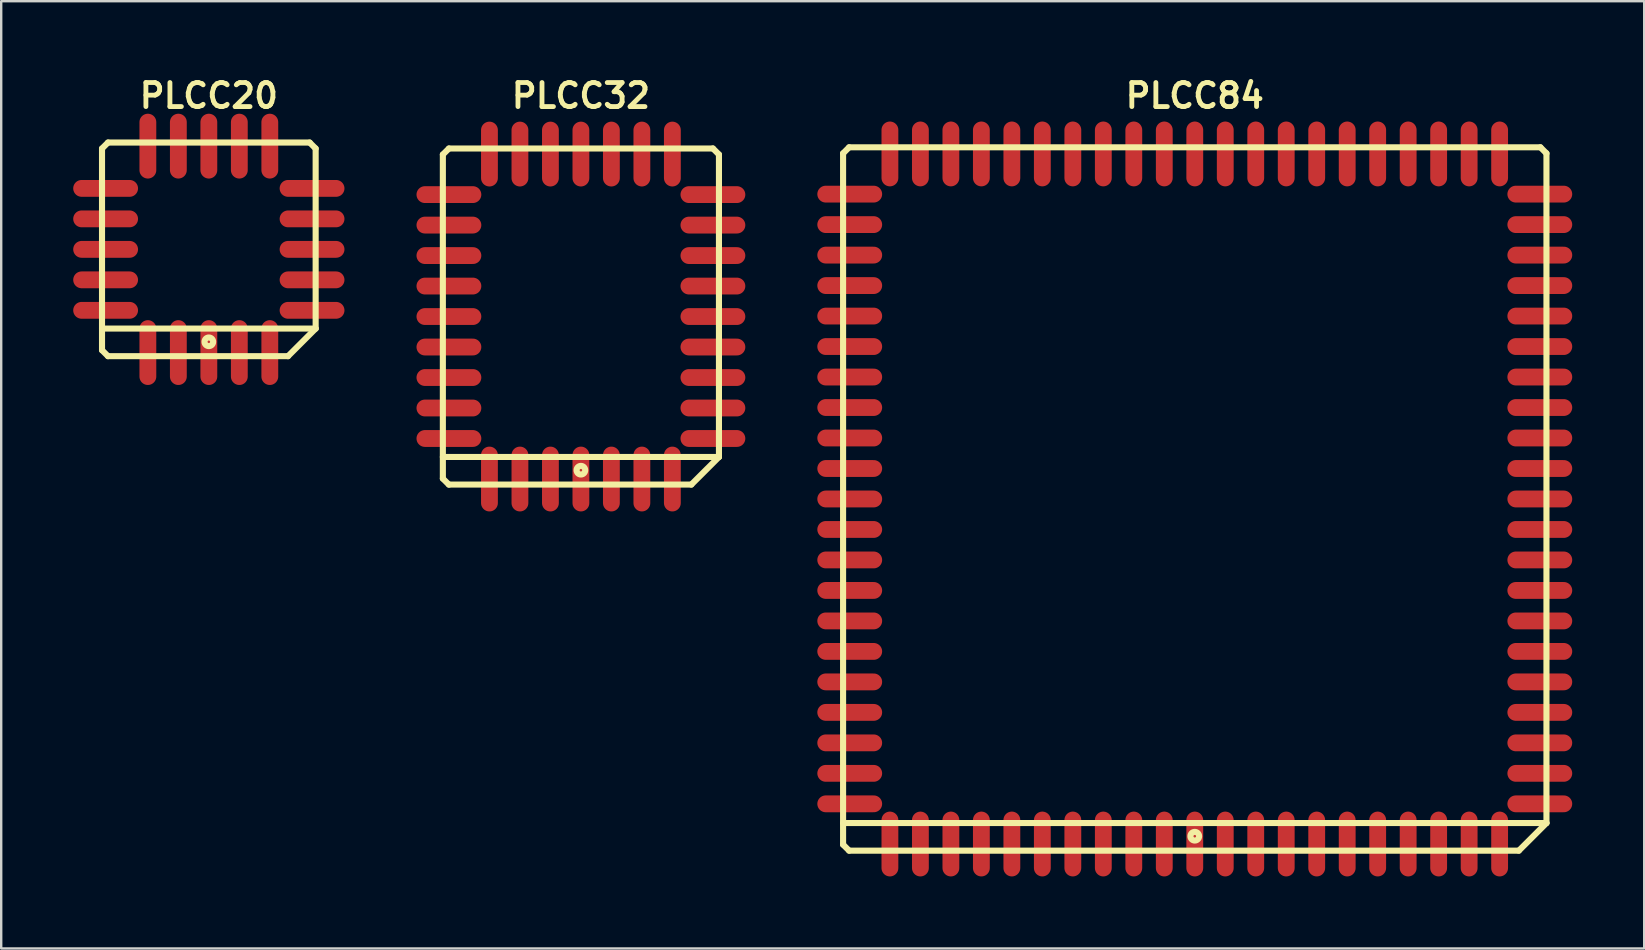
<source format=kicad_pcb>
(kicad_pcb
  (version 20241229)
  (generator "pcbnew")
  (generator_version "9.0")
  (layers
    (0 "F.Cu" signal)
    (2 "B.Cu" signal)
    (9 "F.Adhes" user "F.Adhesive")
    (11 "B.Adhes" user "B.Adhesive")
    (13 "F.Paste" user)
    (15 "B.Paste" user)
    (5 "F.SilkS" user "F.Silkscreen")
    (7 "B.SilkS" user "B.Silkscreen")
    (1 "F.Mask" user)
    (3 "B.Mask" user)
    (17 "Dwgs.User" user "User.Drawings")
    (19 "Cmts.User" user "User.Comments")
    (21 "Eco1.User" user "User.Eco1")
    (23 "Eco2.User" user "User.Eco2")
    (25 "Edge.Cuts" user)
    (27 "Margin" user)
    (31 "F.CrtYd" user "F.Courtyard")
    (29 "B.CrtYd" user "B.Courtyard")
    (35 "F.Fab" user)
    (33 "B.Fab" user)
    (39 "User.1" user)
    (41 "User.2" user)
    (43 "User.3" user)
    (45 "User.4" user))
  (footprint "PLCC32"
    (layer "F.Cu")
    (at 21.15 10.137)
    (property "Reference" "PLCC32" (at 0 -9.2 0) (layer "F.SilkS") (effects (font (size 1.001 1.001) (thickness 0.201))))
    (attr through_hole)
    (fp_line (start -5.751 -6.749) (end -5.751 6.749) (stroke (width 0.254) (type solid)) (layer "F.SilkS"))
    (fp_line (start -5.751 -6.749) (end -5.499 -7) (stroke (width 0.254) (type solid)) (layer "F.SilkS"))
    (fp_line (start -5.499 -7) (end 5.499 -7) (stroke (width 0.254) (type solid)) (layer "F.SilkS"))
    (fp_line (start -5.499 7.003) (end -5.751 6.751) (stroke (width 0.254) (type solid)) (layer "F.SilkS"))
    (fp_line (start 4.6 7) (end -5.499 7) (stroke (width 0.254) (type solid)) (layer "F.SilkS"))
    (fp_line (start 5.499 -7.003) (end 5.751 -6.751) (stroke (width 0.254) (type solid)) (layer "F.SilkS"))
    (fp_line (start 5.751 5.85) (end -5.751 5.85) (stroke (width 0.254) (type solid)) (layer "F.SilkS"))
    (fp_line (start 5.751 5.85) (end 4.6 7) (stroke (width 0.254) (type solid)) (layer "F.SilkS"))
    (fp_line (start 5.751 5.85) (end 5.751 -6.749) (stroke (width 0.254) (type solid)) (layer "F.SilkS"))
    (fp_circle (center 0 6.401) (end -0.15 6.5) (stroke (width 0.254) (type solid)) (fill no) (layer "F.SilkS"))
    (pad "1" smd oval (at 0 6.769) (size 0.701 2.7) (layers "F.Cu" "F.Mask" "F.Paste"))
    (pad "2" smd oval (at 1.27 6.769) (size 0.701 2.7) (layers "F.Cu" "F.Mask" "F.Paste"))
    (pad "3" smd oval (at 2.54 6.769) (size 0.701 2.7) (layers "F.Cu" "F.Mask" "F.Paste"))
    (pad "4" smd oval (at 3.81 6.769) (size 0.701 2.7) (layers "F.Cu" "F.Mask" "F.Paste"))
    (pad "5" smd oval (at 5.499 5.08) (size 2.7 0.701) (layers "F.Cu" "F.Mask" "F.Paste"))
    (pad "6" smd oval (at 5.499 3.81) (size 2.7 0.701) (layers "F.Cu" "F.Mask" "F.Paste"))
    (pad "7" smd oval (at 5.499 2.54) (size 2.7 0.701) (layers "F.Cu" "F.Mask" "F.Paste"))
    (pad "8" smd oval (at 5.499 1.27) (size 2.7 0.701) (layers "F.Cu" "F.Mask" "F.Paste"))
    (pad "9" smd oval (at 5.499 0) (size 2.7 0.701) (layers "F.Cu" "F.Mask" "F.Paste"))
    (pad "10" smd oval (at 5.499 -1.27) (size 2.7 0.701) (layers "F.Cu" "F.Mask" "F.Paste"))
    (pad "11" smd oval (at 5.499 -2.54) (size 2.7 0.701) (layers "F.Cu" "F.Mask" "F.Paste"))
    (pad "12" smd oval (at 5.499 -3.81) (size 2.7 0.701) (layers "F.Cu" "F.Mask" "F.Paste"))
    (pad "13" smd oval (at 5.499 -5.08) (size 2.7 0.701) (layers "F.Cu" "F.Mask" "F.Paste"))
    (pad "14" smd oval (at 3.81 -6.769) (size 0.701 2.7) (layers "F.Cu" "F.Mask" "F.Paste"))
    (pad "15" smd oval (at 2.54 -6.769) (size 0.701 2.7) (layers "F.Cu" "F.Mask" "F.Paste"))
    (pad "16" smd oval (at 1.27 -6.769) (size 0.701 2.7) (layers "F.Cu" "F.Mask" "F.Paste"))
    (pad "17" smd oval (at 0 -6.769) (size 0.701 2.7) (layers "F.Cu" "F.Mask" "F.Paste"))
    (pad "18" smd oval (at -1.27 -6.769) (size 0.701 2.7) (layers "F.Cu" "F.Mask" "F.Paste"))
    (pad "19" smd oval (at -2.54 -6.769) (size 0.701 2.7) (layers "F.Cu" "F.Mask" "F.Paste"))
    (pad "20" smd oval (at -3.81 -6.769) (size 0.701 2.7) (layers "F.Cu" "F.Mask" "F.Paste"))
    (pad "21" smd oval (at -5.499 -5.08) (size 2.7 0.701) (layers "F.Cu" "F.Mask" "F.Paste"))
    (pad "22" smd oval (at -5.499 -3.81) (size 2.7 0.701) (layers "F.Cu" "F.Mask" "F.Paste"))
    (pad "23" smd oval (at -5.499 -2.54) (size 2.7 0.701) (layers "F.Cu" "F.Mask" "F.Paste"))
    (pad "24" smd oval (at -5.499 -1.27) (size 2.7 0.701) (layers "F.Cu" "F.Mask" "F.Paste"))
    (pad "25" smd oval (at -5.499 0) (size 2.7 0.701) (layers "F.Cu" "F.Mask" "F.Paste"))
    (pad "26" smd oval (at -5.499 1.27) (size 2.7 0.701) (layers "F.Cu" "F.Mask" "F.Paste"))
    (pad "27" smd oval (at -5.499 2.54) (size 2.7 0.701) (layers "F.Cu" "F.Mask" "F.Paste"))
    (pad "28" smd oval (at -5.499 3.81) (size 2.7 0.701) (layers "F.Cu" "F.Mask" "F.Paste"))
    (pad "29" smd oval (at -5.499 5.08) (size 2.7 0.701) (layers "F.Cu" "F.Mask" "F.Paste"))
    (pad "30" smd oval (at -3.81 6.769) (size 0.701 2.7) (layers "F.Cu" "F.Mask" "F.Paste"))
    (pad "31" smd oval (at -2.54 6.769) (size 0.701 2.7) (layers "F.Cu" "F.Mask" "F.Paste"))
    (pad "32" smd oval (at -1.27 6.769) (size 0.701 2.7) (layers "F.Cu" "F.Mask" "F.Paste")))
  (footprint "PLCC84"
    (layer "F.Cu")
    (at 46.723 17.737)
    (property "Reference" "PLCC84" (at 0 -16.8 0) (layer "F.SilkS") (effects (font (size 1.001 1.001) (thickness 0.201))))
    (attr through_hole)
    (fp_line (start -14.651 -14.399) (end -14.399 -14.651) (stroke (width 0.254) (type solid)) (layer "F.SilkS"))
    (fp_line (start -14.651 14.399) (end -14.651 -14.399) (stroke (width 0.254) (type solid)) (layer "F.SilkS"))
    (fp_line (start -14.399 -14.651) (end 14.399 -14.651) (stroke (width 0.254) (type solid)) (layer "F.SilkS"))
    (fp_line (start -14.399 14.651) (end -14.651 14.399) (stroke (width 0.254) (type solid)) (layer "F.SilkS"))
    (fp_line (start 13.5 14.651) (end -14.399 14.651) (stroke (width 0.254) (type solid)) (layer "F.SilkS"))
    (fp_line (start 14.399 -14.651) (end 14.651 -14.399) (stroke (width 0.254) (type solid)) (layer "F.SilkS"))
    (fp_line (start 14.651 -14.399) (end 14.651 13.5) (stroke (width 0.254) (type solid)) (layer "F.SilkS"))
    (fp_line (start 14.651 13.5) (end -14.651 13.5) (stroke (width 0.254) (type solid)) (layer "F.SilkS"))
    (fp_line (start 14.651 13.5) (end 13.5 14.651) (stroke (width 0.254) (type solid)) (layer "F.SilkS"))
    (fp_circle (center 0 14.049) (end -0.15 14.15) (stroke (width 0.254) (type solid)) (fill no) (layer "F.SilkS"))
    (pad "1" smd oval (at 0 14.374) (size 0.701 2.7) (layers "F.Cu" "F.Mask" "F.Paste"))
    (pad "2" smd oval (at 1.27 14.374) (size 0.701 2.7) (layers "F.Cu" "F.Mask" "F.Paste"))
    (pad "3" smd oval (at 2.54 14.374) (size 0.701 2.7) (layers "F.Cu" "F.Mask" "F.Paste"))
    (pad "4" smd oval (at 3.81 14.374) (size 0.701 2.7) (layers "F.Cu" "F.Mask" "F.Paste"))
    (pad "5" smd oval (at 5.08 14.374) (size 0.701 2.7) (layers "F.Cu" "F.Mask" "F.Paste"))
    (pad "6" smd oval (at 6.35 14.374) (size 0.701 2.7) (layers "F.Cu" "F.Mask" "F.Paste"))
    (pad "7" smd oval (at 7.62 14.374) (size 0.701 2.7) (layers "F.Cu" "F.Mask" "F.Paste"))
    (pad "8" smd oval (at 8.89 14.374) (size 0.701 2.7) (layers "F.Cu" "F.Mask" "F.Paste"))
    (pad "9" smd oval (at 10.16 14.374) (size 0.701 2.7) (layers "F.Cu" "F.Mask" "F.Paste"))
    (pad "10" smd oval (at 11.43 14.374) (size 0.701 2.7) (layers "F.Cu" "F.Mask" "F.Paste"))
    (pad "11" smd oval (at 12.7 14.374) (size 0.701 2.7) (layers "F.Cu" "F.Mask" "F.Paste"))
    (pad "12" smd oval (at 14.374 12.7) (size 2.7 0.701) (layers "F.Cu" "F.Mask" "F.Paste"))
    (pad "13" smd oval (at 14.374 11.43) (size 2.7 0.701) (layers "F.Cu" "F.Mask" "F.Paste"))
    (pad "14" smd oval (at 14.374 10.16) (size 2.7 0.701) (layers "F.Cu" "F.Mask" "F.Paste"))
    (pad "15" smd oval (at 14.374 8.89) (size 2.7 0.701) (layers "F.Cu" "F.Mask" "F.Paste"))
    (pad "16" smd oval (at 14.374 7.62) (size 2.7 0.701) (layers "F.Cu" "F.Mask" "F.Paste"))
    (pad "17" smd oval (at 14.374 6.35) (size 2.7 0.701) (layers "F.Cu" "F.Mask" "F.Paste"))
    (pad "18" smd oval (at 14.374 5.08) (size 2.7 0.701) (layers "F.Cu" "F.Mask" "F.Paste"))
    (pad "19" smd oval (at 14.374 3.81) (size 2.7 0.701) (layers "F.Cu" "F.Mask" "F.Paste"))
    (pad "20" smd oval (at 14.374 2.54) (size 2.7 0.701) (layers "F.Cu" "F.Mask" "F.Paste"))
    (pad "21" smd oval (at 14.374 1.27) (size 2.7 0.701) (layers "F.Cu" "F.Mask" "F.Paste"))
    (pad "22" smd oval (at 14.374 0) (size 2.7 0.701) (layers "F.Cu" "F.Mask" "F.Paste"))
    (pad "23" smd oval (at 14.374 -1.27) (size 2.7 0.701) (layers "F.Cu" "F.Mask" "F.Paste"))
    (pad "24" smd oval (at 14.374 -2.54) (size 2.7 0.701) (layers "F.Cu" "F.Mask" "F.Paste"))
    (pad "25" smd oval (at 14.374 -3.81) (size 2.7 0.701) (layers "F.Cu" "F.Mask" "F.Paste"))
    (pad "26" smd oval (at 14.374 -5.08) (size 2.7 0.701) (layers "F.Cu" "F.Mask" "F.Paste"))
    (pad "27" smd oval (at 14.374 -6.35) (size 2.7 0.701) (layers "F.Cu" "F.Mask" "F.Paste"))
    (pad "28" smd oval (at 14.374 -7.62) (size 2.7 0.701) (layers "F.Cu" "F.Mask" "F.Paste"))
    (pad "29" smd oval (at 14.374 -8.89) (size 2.7 0.701) (layers "F.Cu" "F.Mask" "F.Paste"))
    (pad "30" smd oval (at 14.374 -10.16) (size 2.7 0.701) (layers "F.Cu" "F.Mask" "F.Paste"))
    (pad "31" smd oval (at 14.374 -11.43) (size 2.7 0.701) (layers "F.Cu" "F.Mask" "F.Paste"))
    (pad "32" smd oval (at 14.374 -12.7) (size 2.7 0.701) (layers "F.Cu" "F.Mask" "F.Paste"))
    (pad "33" smd oval (at 12.7 -14.374) (size 0.701 2.7) (layers "F.Cu" "F.Mask" "F.Paste"))
    (pad "34" smd oval (at 11.43 -14.374) (size 0.701 2.7) (layers "F.Cu" "F.Mask" "F.Paste"))
    (pad "35" smd oval (at 10.16 -14.374) (size 0.701 2.7) (layers "F.Cu" "F.Mask" "F.Paste"))
    (pad "36" smd oval (at 8.89 -14.374) (size 0.701 2.7) (layers "F.Cu" "F.Mask" "F.Paste"))
    (pad "37" smd oval (at 7.62 -14.374) (size 0.701 2.7) (layers "F.Cu" "F.Mask" "F.Paste"))
    (pad "38" smd oval (at 6.35 -14.374) (size 0.701 2.7) (layers "F.Cu" "F.Mask" "F.Paste"))
    (pad "39" smd oval (at 5.08 -14.374) (size 0.701 2.7) (layers "F.Cu" "F.Mask" "F.Paste"))
    (pad "40" smd oval (at 3.81 -14.374) (size 0.701 2.7) (layers "F.Cu" "F.Mask" "F.Paste"))
    (pad "41" smd oval (at 2.54 -14.374) (size 0.701 2.7) (layers "F.Cu" "F.Mask" "F.Paste"))
    (pad "42" smd oval (at 1.27 -14.374) (size 0.701 2.7) (layers "F.Cu" "F.Mask" "F.Paste"))
    (pad "43" smd oval (at 0 -14.374) (size 0.701 2.7) (layers "F.Cu" "F.Mask" "F.Paste"))
    (pad "44" smd oval (at -1.27 -14.374) (size 0.701 2.7) (layers "F.Cu" "F.Mask" "F.Paste"))
    (pad "45" smd oval (at -2.54 -14.374) (size 0.701 2.7) (layers "F.Cu" "F.Mask" "F.Paste"))
    (pad "46" smd oval (at -3.81 -14.374) (size 0.701 2.7) (layers "F.Cu" "F.Mask" "F.Paste"))
    (pad "47" smd oval (at -5.08 -14.374) (size 0.701 2.7) (layers "F.Cu" "F.Mask" "F.Paste"))
    (pad "48" smd oval (at -6.35 -14.374) (size 0.701 2.7) (layers "F.Cu" "F.Mask" "F.Paste"))
    (pad "49" smd oval (at -7.62 -14.374) (size 0.701 2.7) (layers "F.Cu" "F.Mask" "F.Paste"))
    (pad "50" smd oval (at -8.89 -14.374) (size 0.701 2.7) (layers "F.Cu" "F.Mask" "F.Paste"))
    (pad "51" smd oval (at -10.16 -14.374) (size 0.701 2.7) (layers "F.Cu" "F.Mask" "F.Paste"))
    (pad "52" smd oval (at -11.43 -14.374) (size 0.701 2.7) (layers "F.Cu" "F.Mask" "F.Paste"))
    (pad "53" smd oval (at -12.7 -14.374) (size 0.701 2.7) (layers "F.Cu" "F.Mask" "F.Paste"))
    (pad "54" smd oval (at -14.374 -12.7) (size 2.7 0.701) (layers "F.Cu" "F.Mask" "F.Paste"))
    (pad "55" smd oval (at -14.374 -11.43) (size 2.7 0.701) (layers "F.Cu" "F.Mask" "F.Paste"))
    (pad "56" smd oval (at -14.374 -10.16) (size 2.7 0.701) (layers "F.Cu" "F.Mask" "F.Paste"))
    (pad "57" smd oval (at -14.374 -8.89) (size 2.7 0.701) (layers "F.Cu" "F.Mask" "F.Paste"))
    (pad "58" smd oval (at -14.374 -7.62) (size 2.7 0.701) (layers "F.Cu" "F.Mask" "F.Paste"))
    (pad "59" smd oval (at -14.374 -6.35) (size 2.7 0.701) (layers "F.Cu" "F.Mask" "F.Paste"))
    (pad "60" smd oval (at -14.374 -5.08) (size 2.7 0.701) (layers "F.Cu" "F.Mask" "F.Paste"))
    (pad "61" smd oval (at -14.374 -3.81) (size 2.7 0.701) (layers "F.Cu" "F.Mask" "F.Paste"))
    (pad "62" smd oval (at -14.374 -2.54) (size 2.7 0.701) (layers "F.Cu" "F.Mask" "F.Paste"))
    (pad "63" smd oval (at -14.374 -1.27) (size 2.7 0.701) (layers "F.Cu" "F.Mask" "F.Paste"))
    (pad "64" smd oval (at -14.374 0) (size 2.7 0.701) (layers "F.Cu" "F.Mask" "F.Paste"))
    (pad "65" smd oval (at -14.374 1.27) (size 2.7 0.701) (layers "F.Cu" "F.Mask" "F.Paste"))
    (pad "66" smd oval (at -14.374 2.54) (size 2.7 0.701) (layers "F.Cu" "F.Mask" "F.Paste"))
    (pad "67" smd oval (at -14.374 3.81) (size 2.7 0.701) (layers "F.Cu" "F.Mask" "F.Paste"))
    (pad "68" smd oval (at -14.374 5.08) (size 2.7 0.701) (layers "F.Cu" "F.Mask" "F.Paste"))
    (pad "69" smd oval (at -14.374 6.35) (size 2.7 0.701) (layers "F.Cu" "F.Mask" "F.Paste"))
    (pad "70" smd oval (at -14.374 7.62) (size 2.7 0.701) (layers "F.Cu" "F.Mask" "F.Paste"))
    (pad "71" smd oval (at -14.374 8.89) (size 2.7 0.701) (layers "F.Cu" "F.Mask" "F.Paste"))
    (pad "72" smd oval (at -14.374 10.16) (size 2.7 0.701) (layers "F.Cu" "F.Mask" "F.Paste"))
    (pad "73" smd oval (at -14.374 11.43) (size 2.7 0.701) (layers "F.Cu" "F.Mask" "F.Paste"))
    (pad "74" smd oval (at -14.374 12.7) (size 2.7 0.701) (layers "F.Cu" "F.Mask" "F.Paste"))
    (pad "75" smd oval (at -12.7 14.374) (size 0.701 2.7) (layers "F.Cu" "F.Mask" "F.Paste"))
    (pad "76" smd oval (at -11.43 14.374) (size 0.701 2.7) (layers "F.Cu" "F.Mask" "F.Paste"))
    (pad "77" smd oval (at -10.16 14.374) (size 0.701 2.7) (layers "F.Cu" "F.Mask" "F.Paste"))
    (pad "78" smd oval (at -8.89 14.374) (size 0.701 2.7) (layers "F.Cu" "F.Mask" "F.Paste"))
    (pad "79" smd oval (at -7.62 14.374) (size 0.701 2.7) (layers "F.Cu" "F.Mask" "F.Paste"))
    (pad "80" smd oval (at -6.35 14.374) (size 0.701 2.7) (layers "F.Cu" "F.Mask" "F.Paste"))
    (pad "81" smd oval (at -5.08 14.374) (size 0.701 2.7) (layers "F.Cu" "F.Mask" "F.Paste"))
    (pad "82" smd oval (at -3.81 14.374) (size 0.701 2.7) (layers "F.Cu" "F.Mask" "F.Paste"))
    (pad "83" smd oval (at -2.54 14.374) (size 0.701 2.7) (layers "F.Cu" "F.Mask" "F.Paste"))
    (pad "84" smd oval (at -1.27 14.374) (size 0.701 2.7) (layers "F.Cu" "F.Mask" "F.Paste")))
  (footprint "PLCC20"
    (layer "F.Cu")
    (at 5.65 7.338)
    (property "Reference" "PLCC20" (at 0 -6.401 0) (layer "F.SilkS") (effects (font (size 1.001 1.001) (thickness 0.201))))
    (attr through_hole)
    (fp_line (start -4.45 -4.201) (end -4.45 4.201) (stroke (width 0.254) (type solid)) (layer "F.SilkS"))
    (fp_line (start -4.45 4.201) (end -4.201 4.45) (stroke (width 0.254) (type solid)) (layer "F.SilkS"))
    (fp_line (start -4.201 -4.45) (end -4.45 -4.201) (stroke (width 0.254) (type solid)) (layer "F.SilkS"))
    (fp_line (start -4.201 4.45) (end 3.299 4.45) (stroke (width 0.254) (type solid)) (layer "F.SilkS"))
    (fp_line (start 3.299 4.45) (end 4.45 3.299) (stroke (width 0.254) (type solid)) (layer "F.SilkS"))
    (fp_line (start 4.201 -4.45) (end -4.201 -4.45) (stroke (width 0.254) (type solid)) (layer "F.SilkS"))
    (fp_line (start 4.45 -4.201) (end 4.201 -4.45) (stroke (width 0.254) (type solid)) (layer "F.SilkS"))
    (fp_line (start 4.45 3.299) (end -4.45 3.299) (stroke (width 0.254) (type solid)) (layer "F.SilkS"))
    (fp_line (start 4.45 3.299) (end 4.45 -4.201) (stroke (width 0.254) (type solid)) (layer "F.SilkS"))
    (fp_circle (center 0 3.851) (end -0.15 3.95) (stroke (width 0.254) (type solid)) (fill no) (layer "F.SilkS"))
    (pad "1" smd oval (at 0 4.3) (size 0.701 2.7) (layers "F.Cu" "F.Mask" "F.Paste"))
    (pad "2" smd oval (at 1.27 4.3) (size 0.701 2.7) (layers "F.Cu" "F.Mask" "F.Paste"))
    (pad "3" smd oval (at 2.54 4.3) (size 0.701 2.7) (layers "F.Cu" "F.Mask" "F.Paste"))
    (pad "4" smd oval (at 4.3 2.54) (size 2.7 0.701) (layers "F.Cu" "F.Mask" "F.Paste"))
    (pad "5" smd oval (at 4.3 1.27) (size 2.7 0.701) (layers "F.Cu" "F.Mask" "F.Paste"))
    (pad "6" smd oval (at 4.3 0) (size 2.7 0.701) (layers "F.Cu" "F.Mask" "F.Paste"))
    (pad "7" smd oval (at 4.3 -1.27) (size 2.7 0.701) (layers "F.Cu" "F.Mask" "F.Paste"))
    (pad "8" smd oval (at 4.3 -2.54) (size 2.7 0.701) (layers "F.Cu" "F.Mask" "F.Paste"))
    (pad "9" smd oval (at 2.54 -4.3) (size 0.701 2.7) (layers "F.Cu" "F.Mask" "F.Paste"))
    (pad "10" smd oval (at 1.27 -4.3) (size 0.701 2.7) (layers "F.Cu" "F.Mask" "F.Paste"))
    (pad "11" smd oval (at 0 -4.3) (size 0.701 2.7) (layers "F.Cu" "F.Mask" "F.Paste"))
    (pad "12" smd oval (at -1.27 -4.3) (size 0.701 2.7) (layers "F.Cu" "F.Mask" "F.Paste"))
    (pad "13" smd oval (at -2.54 -4.3) (size 0.701 2.7) (layers "F.Cu" "F.Mask" "F.Paste"))
    (pad "14" smd oval (at -4.3 -2.54) (size 2.7 0.701) (layers "F.Cu" "F.Mask" "F.Paste"))
    (pad "15" smd oval (at -4.3 -1.27) (size 2.7 0.701) (layers "F.Cu" "F.Mask" "F.Paste"))
    (pad "16" smd oval (at -4.3 0) (size 2.7 0.701) (layers "F.Cu" "F.Mask" "F.Paste"))
    (pad "17" smd oval (at -4.3 1.27) (size 2.7 0.701) (layers "F.Cu" "F.Mask" "F.Paste"))
    (pad "18" smd oval (at -4.3 2.54) (size 2.7 0.701) (layers "F.Cu" "F.Mask" "F.Paste"))
    (pad "19" smd oval (at -2.54 4.3) (size 0.701 2.7) (layers "F.Cu" "F.Mask" "F.Paste"))
    (pad "20" smd oval (at -1.27 4.3) (size 0.701 2.7) (layers "F.Cu" "F.Mask" "F.Paste")))
  (gr_rect
    (start -3 -3)
    (end 65.446 36.461)
    (stroke (width 0.1) (type default))
    (fill no)
    (layer "Edge.Cuts")))
</source>
